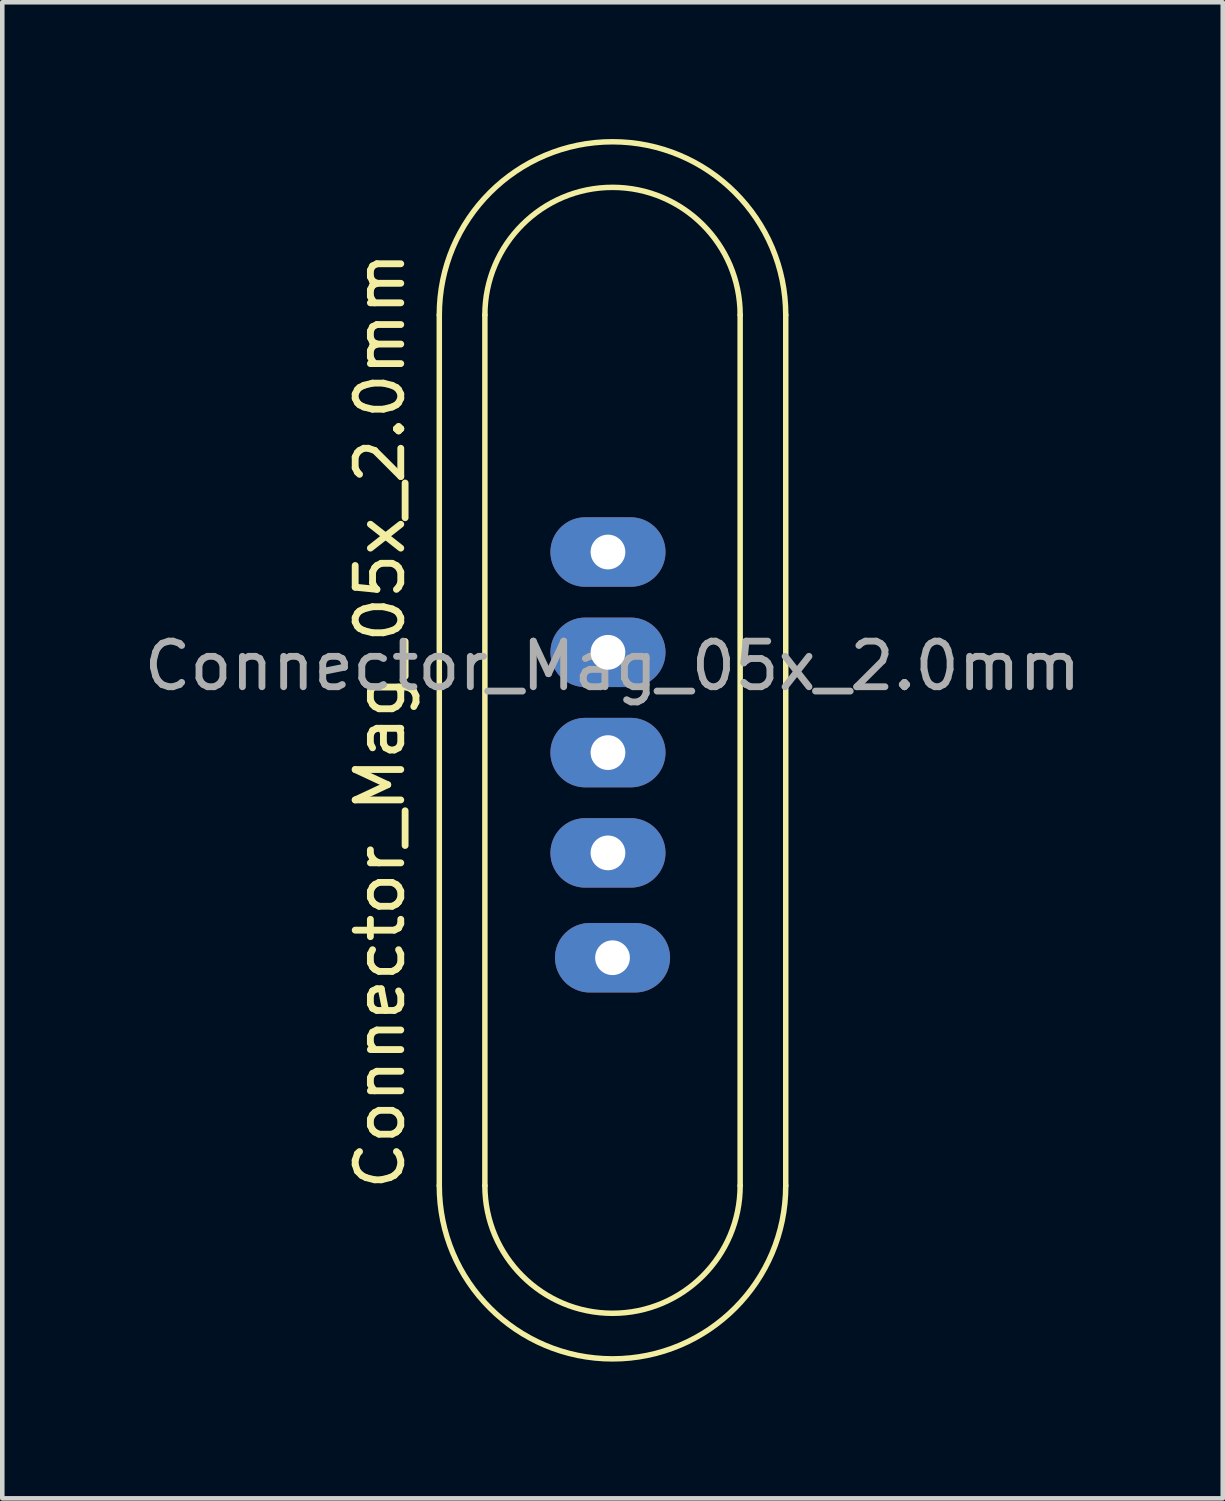
<source format=kicad_pcb>
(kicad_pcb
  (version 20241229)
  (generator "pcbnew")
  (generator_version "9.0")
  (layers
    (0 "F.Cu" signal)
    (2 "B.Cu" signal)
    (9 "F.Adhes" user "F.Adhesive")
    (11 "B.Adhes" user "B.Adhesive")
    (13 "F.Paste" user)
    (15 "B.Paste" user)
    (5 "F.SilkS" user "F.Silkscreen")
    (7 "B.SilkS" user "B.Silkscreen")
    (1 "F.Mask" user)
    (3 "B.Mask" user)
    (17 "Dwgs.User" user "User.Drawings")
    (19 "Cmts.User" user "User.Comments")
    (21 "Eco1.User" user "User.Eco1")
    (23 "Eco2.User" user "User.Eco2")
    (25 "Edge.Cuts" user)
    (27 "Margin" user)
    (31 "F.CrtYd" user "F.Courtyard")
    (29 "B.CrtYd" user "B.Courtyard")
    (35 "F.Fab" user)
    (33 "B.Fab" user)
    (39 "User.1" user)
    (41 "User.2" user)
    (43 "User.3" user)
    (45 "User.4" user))
  (footprint "Connector_Mag_05x_2.0mm"
    (layer "F.Cu")
    (at 10.387 9.06)
    (property "Reference" "Connector_Mag_05x_2.0mm" (at -5.1 3.7 90) (unlocked yes) (layer "F.SilkS") (effects (font (size 1 1) (thickness 0.15))))
    (attr through_hole)
    (fp_line (start -3.8 13.9) (end -3.8 -5.2) (stroke (width 0.12) (type solid)) (layer "F.SilkS"))
    (fp_line (start -2.8 -5.2) (end -2.8 13.9) (stroke (width 0.12) (type solid)) (layer "F.SilkS"))
    (fp_line (start 2.8 -5.2) (end 2.8 13.9) (stroke (width 0.12) (type solid)) (layer "F.SilkS"))
    (fp_line (start 3.8 13.9) (end 3.8 -5.2) (stroke (width 0.12) (type solid)) (layer "F.SilkS"))
    (fp_arc (start -3.8 -5.2) (mid 0 -9) (end 3.8 -5.2) (stroke (width 0.12) (type solid)) (layer "F.SilkS"))
    (fp_arc (start -2.8 -5.2) (mid 0 -8) (end 2.8 -5.2) (stroke (width 0.12) (type solid)) (layer "F.SilkS"))
    (fp_arc (start 2.8 13.9) (mid 0 16.7) (end -2.8 13.9) (stroke (width 0.12) (type solid)) (layer "F.SilkS"))
    (fp_arc (start 3.8 13.9) (mid 0 17.7) (end -3.8 13.9) (stroke (width 0.12) (type solid)) (layer "F.SilkS"))
    (fp_text user "${REFERENCE}" (at 0 2.5 0) (unlocked yes) (layer "F.Fab") (effects (font (size 1 1) (thickness 0.15))))
    (pad "1" thru_hole oval (at -0.1 0) (size 2.524 1.524) (drill 0.762) (layers "*.Cu" "*.Mask"))
    (pad "2" thru_hole oval (at -0.1 2.2) (size 2.524 1.524) (drill 0.762) (layers "*.Cu" "*.Mask"))
    (pad "3" thru_hole oval (at -0.1 4.4) (size 2.524 1.524) (drill 0.762) (layers "*.Cu" "*.Mask"))
    (pad "4" thru_hole oval (at -0.1 6.6) (size 2.524 1.524) (drill 0.762) (layers "*.Cu" "*.Mask"))
    (pad "5" thru_hole oval (at 0 8.9) (size 2.524 1.524) (drill 0.762) (layers "*.Cu" "*.Mask")))
  (gr_rect
    (start -3 -3)
    (end 23.774 29.82)
    (stroke (width 0.1) (type default))
    (fill no)
    (layer "Edge.Cuts")))
</source>
